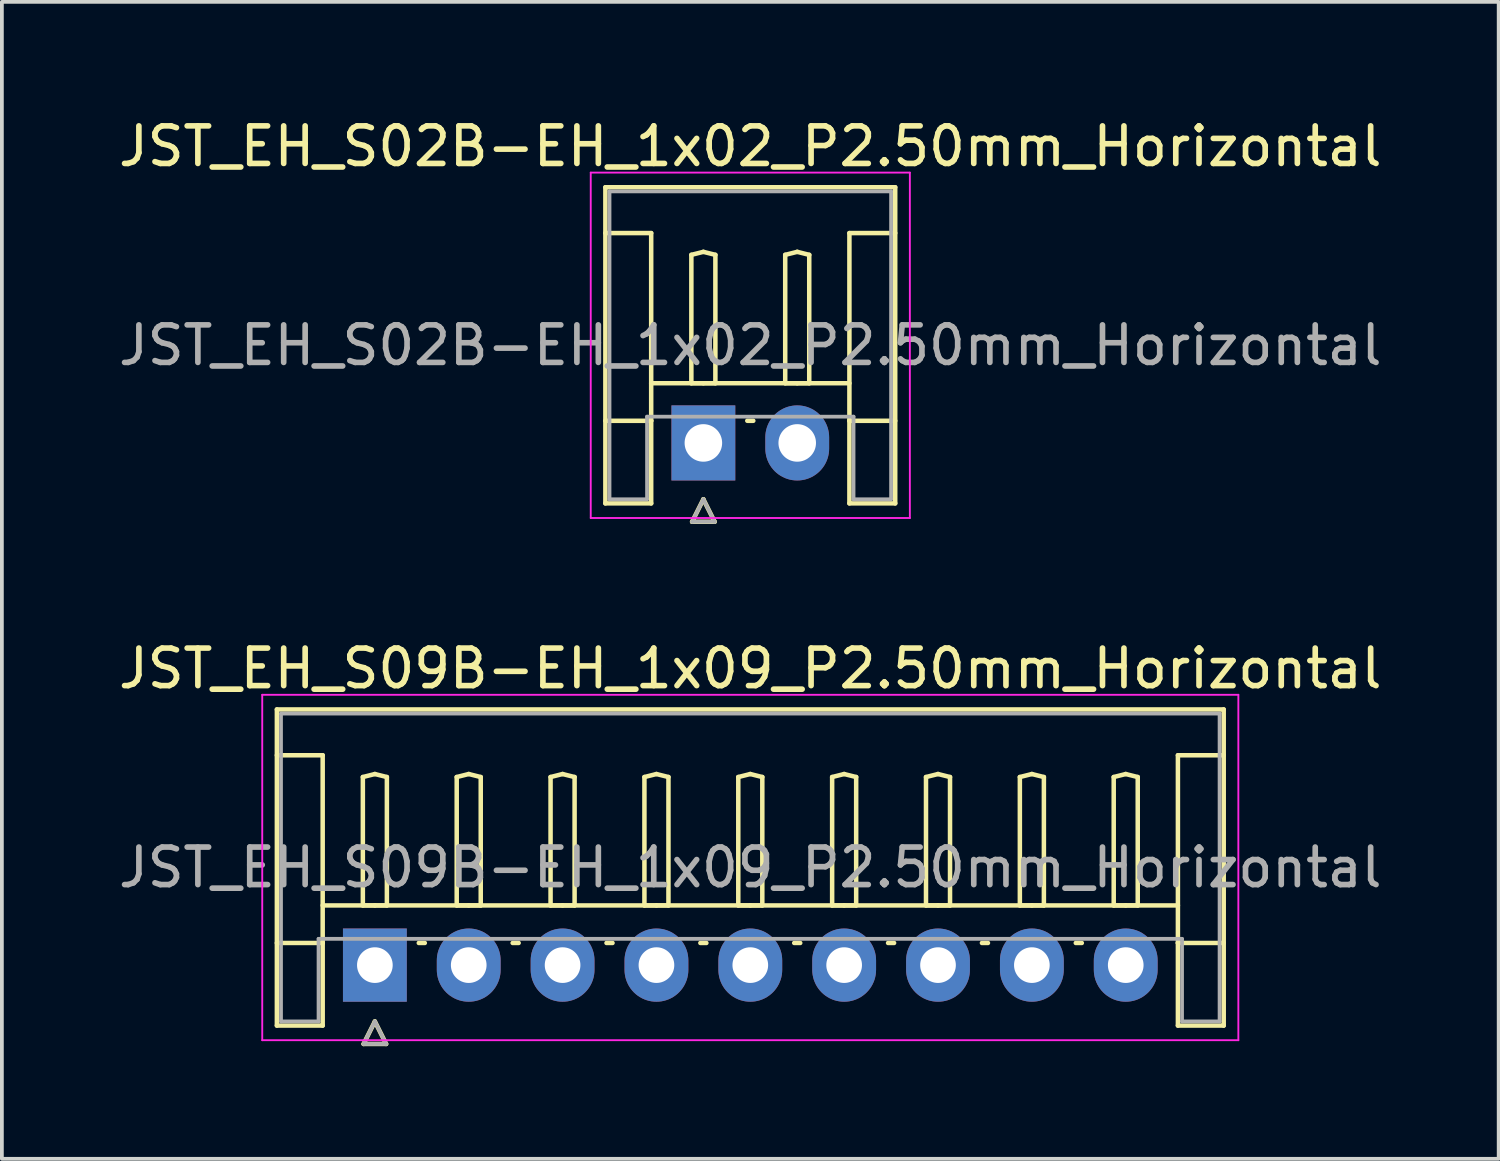
<source format=kicad_pcb>
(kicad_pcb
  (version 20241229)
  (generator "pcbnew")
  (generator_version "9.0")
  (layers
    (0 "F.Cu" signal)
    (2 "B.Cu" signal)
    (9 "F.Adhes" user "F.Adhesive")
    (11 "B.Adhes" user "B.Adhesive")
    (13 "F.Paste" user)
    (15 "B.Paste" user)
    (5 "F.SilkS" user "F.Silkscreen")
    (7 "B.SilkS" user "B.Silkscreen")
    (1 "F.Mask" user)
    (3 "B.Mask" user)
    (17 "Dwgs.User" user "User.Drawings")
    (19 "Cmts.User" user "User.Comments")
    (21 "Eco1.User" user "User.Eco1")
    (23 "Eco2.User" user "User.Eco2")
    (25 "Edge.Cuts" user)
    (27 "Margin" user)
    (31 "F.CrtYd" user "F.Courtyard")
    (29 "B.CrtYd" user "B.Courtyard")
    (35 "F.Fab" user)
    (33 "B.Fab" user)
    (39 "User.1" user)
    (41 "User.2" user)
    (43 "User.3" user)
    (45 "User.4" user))
  (footprint "JST_EH_S02B-EH_1x02_P2.50mm_Horizontal"
    (layer "F.Cu")
    (at 15.685 8.748)
    (property "Reference" "JST_EH_S02B-EH_1x02_P2.50mm_Horizontal" (at 1.25 -7.9 0) (layer "F.SilkS") (effects (font (size 1 1) (thickness 0.15))))
    (attr through_hole)
    (fp_line (start -2.61 -6.81) (end 5.11 -6.81) (stroke (width 0.12) (type solid)) (layer "F.SilkS"))
    (fp_line (start -2.61 -5.59) (end -1.39 -5.59) (stroke (width 0.12) (type solid)) (layer "F.SilkS"))
    (fp_line (start -2.61 1.61) (end -2.61 -6.81) (stroke (width 0.12) (type solid)) (layer "F.SilkS"))
    (fp_line (start -1.39 -5.59) (end -1.39 -0.59) (stroke (width 0.12) (type solid)) (layer "F.SilkS"))
    (fp_line (start -1.39 -1.59) (end 3.89 -1.59) (stroke (width 0.12) (type solid)) (layer "F.SilkS"))
    (fp_line (start -1.39 -0.59) (end -2.61 -0.59) (stroke (width 0.12) (type solid)) (layer "F.SilkS"))
    (fp_line (start -1.39 -0.59) (end -1.39 1.61) (stroke (width 0.12) (type solid)) (layer "F.SilkS"))
    (fp_line (start -1.39 1.61) (end -2.61 1.61) (stroke (width 0.12) (type solid)) (layer "F.SilkS"))
    (fp_line (start -0.32 -5.01) (end 0 -5.09) (stroke (width 0.12) (type solid)) (layer "F.SilkS"))
    (fp_line (start -0.32 -1.59) (end -0.32 -5.01) (stroke (width 0.12) (type solid)) (layer "F.SilkS"))
    (fp_line (start -0.3 2.1) (end 0.3 2.1) (stroke (width 0.12) (type solid)) (layer "F.SilkS"))
    (fp_line (start 0 -5.09) (end 0.32 -5.01) (stroke (width 0.12) (type solid)) (layer "F.SilkS"))
    (fp_line (start 0 -1.59) (end -0.32 -1.59) (stroke (width 0.12) (type solid)) (layer "F.SilkS"))
    (fp_line (start 0 1.5) (end -0.3 2.1) (stroke (width 0.12) (type solid)) (layer "F.SilkS"))
    (fp_line (start 0.3 2.1) (end 0 1.5) (stroke (width 0.12) (type solid)) (layer "F.SilkS"))
    (fp_line (start 0.32 -5.01) (end 0.32 -1.59) (stroke (width 0.12) (type solid)) (layer "F.SilkS"))
    (fp_line (start 0.32 -1.59) (end 0 -1.59) (stroke (width 0.12) (type solid)) (layer "F.SilkS"))
    (fp_line (start 1.17 -0.59) (end 1.33 -0.59) (stroke (width 0.12) (type solid)) (layer "F.SilkS"))
    (fp_line (start 2.18 -5.01) (end 2.5 -5.09) (stroke (width 0.12) (type solid)) (layer "F.SilkS"))
    (fp_line (start 2.18 -1.59) (end 2.18 -5.01) (stroke (width 0.12) (type solid)) (layer "F.SilkS"))
    (fp_line (start 2.5 -5.09) (end 2.82 -5.01) (stroke (width 0.12) (type solid)) (layer "F.SilkS"))
    (fp_line (start 2.5 -1.59) (end 2.18 -1.59) (stroke (width 0.12) (type solid)) (layer "F.SilkS"))
    (fp_line (start 2.82 -5.01) (end 2.82 -1.59) (stroke (width 0.12) (type solid)) (layer "F.SilkS"))
    (fp_line (start 2.82 -1.59) (end 2.5 -1.59) (stroke (width 0.12) (type solid)) (layer "F.SilkS"))
    (fp_line (start 3.89 -5.59) (end 3.89 -0.59) (stroke (width 0.12) (type solid)) (layer "F.SilkS"))
    (fp_line (start 3.89 -0.59) (end 5.11 -0.59) (stroke (width 0.12) (type solid)) (layer "F.SilkS"))
    (fp_line (start 3.89 1.61) (end 3.89 -0.59) (stroke (width 0.12) (type solid)) (layer "F.SilkS"))
    (fp_line (start 5.11 -6.81) (end 5.11 1.61) (stroke (width 0.12) (type solid)) (layer "F.SilkS"))
    (fp_line (start 5.11 -5.59) (end 3.89 -5.59) (stroke (width 0.12) (type solid)) (layer "F.SilkS"))
    (fp_line (start 5.11 1.61) (end 3.89 1.61) (stroke (width 0.12) (type solid)) (layer "F.SilkS"))
    (fp_line (start -3 -7.2) (end -3 2) (stroke (width 0.05) (type solid)) (layer "F.CrtYd"))
    (fp_line (start -3 2) (end 5.5 2) (stroke (width 0.05) (type solid)) (layer "F.CrtYd"))
    (fp_line (start 5.5 -7.2) (end -3 -7.2) (stroke (width 0.05) (type solid)) (layer "F.CrtYd"))
    (fp_line (start 5.5 2) (end 5.5 -7.2) (stroke (width 0.05) (type solid)) (layer "F.CrtYd"))
    (fp_line (start -2.5 -6.7) (end 5 -6.7) (stroke (width 0.1) (type solid)) (layer "F.Fab"))
    (fp_line (start -2.5 1.5) (end -2.5 -6.7) (stroke (width 0.1) (type solid)) (layer "F.Fab"))
    (fp_line (start -1.5 -0.7) (end -1.5 1.5) (stroke (width 0.1) (type solid)) (layer "F.Fab"))
    (fp_line (start -1.5 1.5) (end -2.5 1.5) (stroke (width 0.1) (type solid)) (layer "F.Fab"))
    (fp_line (start -0.3 2.1) (end 0.3 2.1) (stroke (width 0.1) (type solid)) (layer "F.Fab"))
    (fp_line (start 0 1.5) (end -0.3 2.1) (stroke (width 0.1) (type solid)) (layer "F.Fab"))
    (fp_line (start 0.3 2.1) (end 0 1.5) (stroke (width 0.1) (type solid)) (layer "F.Fab"))
    (fp_line (start 4 -0.7) (end -1.5 -0.7) (stroke (width 0.1) (type solid)) (layer "F.Fab"))
    (fp_line (start 4 1.5) (end 4 -0.7) (stroke (width 0.1) (type solid)) (layer "F.Fab"))
    (fp_line (start 5 -6.7) (end 5 1.5) (stroke (width 0.1) (type solid)) (layer "F.Fab"))
    (fp_line (start 5 1.5) (end 4 1.5) (stroke (width 0.1) (type solid)) (layer "F.Fab"))
    (fp_text user "${REFERENCE}" (at 1.25 -2.6 0) (layer "F.Fab") (effects (font (size 1 1) (thickness 0.15))))
    (pad "1" thru_hole rect (at 0 0) (size 1.7 2) (drill 1) (layers "*.Cu" "*.Mask"))
    (pad "2" thru_hole oval (at 2.5 0) (size 1.7 2) (drill 1) (layers "*.Cu" "*.Mask")))
  (footprint "JST_EH_S09B-EH_1x09_P2.50mm_Horizontal"
    (layer "F.Cu")
    (at 6.935 22.657)
    (property "Reference" "JST_EH_S09B-EH_1x09_P2.50mm_Horizontal" (at 10 -7.9 0) (layer "F.SilkS") (effects (font (size 1 1) (thickness 0.15))))
    (attr through_hole)
    (fp_line (start -2.61 -6.81) (end 22.61 -6.81) (stroke (width 0.12) (type solid)) (layer "F.SilkS"))
    (fp_line (start -2.61 -5.59) (end -1.39 -5.59) (stroke (width 0.12) (type solid)) (layer "F.SilkS"))
    (fp_line (start -2.61 1.61) (end -2.61 -6.81) (stroke (width 0.12) (type solid)) (layer "F.SilkS"))
    (fp_line (start -1.39 -5.59) (end -1.39 -0.59) (stroke (width 0.12) (type solid)) (layer "F.SilkS"))
    (fp_line (start -1.39 -1.59) (end 21.39 -1.59) (stroke (width 0.12) (type solid)) (layer "F.SilkS"))
    (fp_line (start -1.39 -0.59) (end -2.61 -0.59) (stroke (width 0.12) (type solid)) (layer "F.SilkS"))
    (fp_line (start -1.39 -0.59) (end -1.39 1.61) (stroke (width 0.12) (type solid)) (layer "F.SilkS"))
    (fp_line (start -1.39 1.61) (end -2.61 1.61) (stroke (width 0.12) (type solid)) (layer "F.SilkS"))
    (fp_line (start -0.32 -5.01) (end 0 -5.09) (stroke (width 0.12) (type solid)) (layer "F.SilkS"))
    (fp_line (start -0.32 -1.59) (end -0.32 -5.01) (stroke (width 0.12) (type solid)) (layer "F.SilkS"))
    (fp_line (start -0.3 2.1) (end 0.3 2.1) (stroke (width 0.12) (type solid)) (layer "F.SilkS"))
    (fp_line (start 0 -5.09) (end 0.32 -5.01) (stroke (width 0.12) (type solid)) (layer "F.SilkS"))
    (fp_line (start 0 -1.59) (end -0.32 -1.59) (stroke (width 0.12) (type solid)) (layer "F.SilkS"))
    (fp_line (start 0 1.5) (end -0.3 2.1) (stroke (width 0.12) (type solid)) (layer "F.SilkS"))
    (fp_line (start 0.3 2.1) (end 0 1.5) (stroke (width 0.12) (type solid)) (layer "F.SilkS"))
    (fp_line (start 0.32 -5.01) (end 0.32 -1.59) (stroke (width 0.12) (type solid)) (layer "F.SilkS"))
    (fp_line (start 0.32 -1.59) (end 0 -1.59) (stroke (width 0.12) (type solid)) (layer "F.SilkS"))
    (fp_line (start 1.17 -0.59) (end 1.33 -0.59) (stroke (width 0.12) (type solid)) (layer "F.SilkS"))
    (fp_line (start 2.18 -5.01) (end 2.5 -5.09) (stroke (width 0.12) (type solid)) (layer "F.SilkS"))
    (fp_line (start 2.18 -1.59) (end 2.18 -5.01) (stroke (width 0.12) (type solid)) (layer "F.SilkS"))
    (fp_line (start 2.5 -5.09) (end 2.82 -5.01) (stroke (width 0.12) (type solid)) (layer "F.SilkS"))
    (fp_line (start 2.5 -1.59) (end 2.18 -1.59) (stroke (width 0.12) (type solid)) (layer "F.SilkS"))
    (fp_line (start 2.82 -5.01) (end 2.82 -1.59) (stroke (width 0.12) (type solid)) (layer "F.SilkS"))
    (fp_line (start 2.82 -1.59) (end 2.5 -1.59) (stroke (width 0.12) (type solid)) (layer "F.SilkS"))
    (fp_line (start 3.67 -0.59) (end 3.83 -0.59) (stroke (width 0.12) (type solid)) (layer "F.SilkS"))
    (fp_line (start 4.68 -5.01) (end 5 -5.09) (stroke (width 0.12) (type solid)) (layer "F.SilkS"))
    (fp_line (start 4.68 -1.59) (end 4.68 -5.01) (stroke (width 0.12) (type solid)) (layer "F.SilkS"))
    (fp_line (start 5 -5.09) (end 5.32 -5.01) (stroke (width 0.12) (type solid)) (layer "F.SilkS"))
    (fp_line (start 5 -1.59) (end 4.68 -1.59) (stroke (width 0.12) (type solid)) (layer "F.SilkS"))
    (fp_line (start 5.32 -5.01) (end 5.32 -1.59) (stroke (width 0.12) (type solid)) (layer "F.SilkS"))
    (fp_line (start 5.32 -1.59) (end 5 -1.59) (stroke (width 0.12) (type solid)) (layer "F.SilkS"))
    (fp_line (start 6.17 -0.59) (end 6.33 -0.59) (stroke (width 0.12) (type solid)) (layer "F.SilkS"))
    (fp_line (start 7.18 -5.01) (end 7.5 -5.09) (stroke (width 0.12) (type solid)) (layer "F.SilkS"))
    (fp_line (start 7.18 -1.59) (end 7.18 -5.01) (stroke (width 0.12) (type solid)) (layer "F.SilkS"))
    (fp_line (start 7.5 -5.09) (end 7.82 -5.01) (stroke (width 0.12) (type solid)) (layer "F.SilkS"))
    (fp_line (start 7.5 -1.59) (end 7.18 -1.59) (stroke (width 0.12) (type solid)) (layer "F.SilkS"))
    (fp_line (start 7.82 -5.01) (end 7.82 -1.59) (stroke (width 0.12) (type solid)) (layer "F.SilkS"))
    (fp_line (start 7.82 -1.59) (end 7.5 -1.59) (stroke (width 0.12) (type solid)) (layer "F.SilkS"))
    (fp_line (start 8.67 -0.59) (end 8.83 -0.59) (stroke (width 0.12) (type solid)) (layer "F.SilkS"))
    (fp_line (start 9.68 -5.01) (end 10 -5.09) (stroke (width 0.12) (type solid)) (layer "F.SilkS"))
    (fp_line (start 9.68 -1.59) (end 9.68 -5.01) (stroke (width 0.12) (type solid)) (layer "F.SilkS"))
    (fp_line (start 10 -5.09) (end 10.32 -5.01) (stroke (width 0.12) (type solid)) (layer "F.SilkS"))
    (fp_line (start 10 -1.59) (end 9.68 -1.59) (stroke (width 0.12) (type solid)) (layer "F.SilkS"))
    (fp_line (start 10.32 -5.01) (end 10.32 -1.59) (stroke (width 0.12) (type solid)) (layer "F.SilkS"))
    (fp_line (start 10.32 -1.59) (end 10 -1.59) (stroke (width 0.12) (type solid)) (layer "F.SilkS"))
    (fp_line (start 11.17 -0.59) (end 11.33 -0.59) (stroke (width 0.12) (type solid)) (layer "F.SilkS"))
    (fp_line (start 12.18 -5.01) (end 12.5 -5.09) (stroke (width 0.12) (type solid)) (layer "F.SilkS"))
    (fp_line (start 12.18 -1.59) (end 12.18 -5.01) (stroke (width 0.12) (type solid)) (layer "F.SilkS"))
    (fp_line (start 12.5 -5.09) (end 12.82 -5.01) (stroke (width 0.12) (type solid)) (layer "F.SilkS"))
    (fp_line (start 12.5 -1.59) (end 12.18 -1.59) (stroke (width 0.12) (type solid)) (layer "F.SilkS"))
    (fp_line (start 12.82 -5.01) (end 12.82 -1.59) (stroke (width 0.12) (type solid)) (layer "F.SilkS"))
    (fp_line (start 12.82 -1.59) (end 12.5 -1.59) (stroke (width 0.12) (type solid)) (layer "F.SilkS"))
    (fp_line (start 13.67 -0.59) (end 13.83 -0.59) (stroke (width 0.12) (type solid)) (layer "F.SilkS"))
    (fp_line (start 14.68 -5.01) (end 15 -5.09) (stroke (width 0.12) (type solid)) (layer "F.SilkS"))
    (fp_line (start 14.68 -1.59) (end 14.68 -5.01) (stroke (width 0.12) (type solid)) (layer "F.SilkS"))
    (fp_line (start 15 -5.09) (end 15.32 -5.01) (stroke (width 0.12) (type solid)) (layer "F.SilkS"))
    (fp_line (start 15 -1.59) (end 14.68 -1.59) (stroke (width 0.12) (type solid)) (layer "F.SilkS"))
    (fp_line (start 15.32 -5.01) (end 15.32 -1.59) (stroke (width 0.12) (type solid)) (layer "F.SilkS"))
    (fp_line (start 15.32 -1.59) (end 15 -1.59) (stroke (width 0.12) (type solid)) (layer "F.SilkS"))
    (fp_line (start 16.17 -0.59) (end 16.33 -0.59) (stroke (width 0.12) (type solid)) (layer "F.SilkS"))
    (fp_line (start 17.18 -5.01) (end 17.5 -5.09) (stroke (width 0.12) (type solid)) (layer "F.SilkS"))
    (fp_line (start 17.18 -1.59) (end 17.18 -5.01) (stroke (width 0.12) (type solid)) (layer "F.SilkS"))
    (fp_line (start 17.5 -5.09) (end 17.82 -5.01) (stroke (width 0.12) (type solid)) (layer "F.SilkS"))
    (fp_line (start 17.5 -1.59) (end 17.18 -1.59) (stroke (width 0.12) (type solid)) (layer "F.SilkS"))
    (fp_line (start 17.82 -5.01) (end 17.82 -1.59) (stroke (width 0.12) (type solid)) (layer "F.SilkS"))
    (fp_line (start 17.82 -1.59) (end 17.5 -1.59) (stroke (width 0.12) (type solid)) (layer "F.SilkS"))
    (fp_line (start 18.67 -0.59) (end 18.83 -0.59) (stroke (width 0.12) (type solid)) (layer "F.SilkS"))
    (fp_line (start 19.68 -5.01) (end 20 -5.09) (stroke (width 0.12) (type solid)) (layer "F.SilkS"))
    (fp_line (start 19.68 -1.59) (end 19.68 -5.01) (stroke (width 0.12) (type solid)) (layer "F.SilkS"))
    (fp_line (start 20 -5.09) (end 20.32 -5.01) (stroke (width 0.12) (type solid)) (layer "F.SilkS"))
    (fp_line (start 20 -1.59) (end 19.68 -1.59) (stroke (width 0.12) (type solid)) (layer "F.SilkS"))
    (fp_line (start 20.32 -5.01) (end 20.32 -1.59) (stroke (width 0.12) (type solid)) (layer "F.SilkS"))
    (fp_line (start 20.32 -1.59) (end 20 -1.59) (stroke (width 0.12) (type solid)) (layer "F.SilkS"))
    (fp_line (start 21.39 -5.59) (end 21.39 -0.59) (stroke (width 0.12) (type solid)) (layer "F.SilkS"))
    (fp_line (start 21.39 -0.59) (end 22.61 -0.59) (stroke (width 0.12) (type solid)) (layer "F.SilkS"))
    (fp_line (start 21.39 1.61) (end 21.39 -0.59) (stroke (width 0.12) (type solid)) (layer "F.SilkS"))
    (fp_line (start 22.61 -6.81) (end 22.61 1.61) (stroke (width 0.12) (type solid)) (layer "F.SilkS"))
    (fp_line (start 22.61 -5.59) (end 21.39 -5.59) (stroke (width 0.12) (type solid)) (layer "F.SilkS"))
    (fp_line (start 22.61 1.61) (end 21.39 1.61) (stroke (width 0.12) (type solid)) (layer "F.SilkS"))
    (fp_line (start -3 -7.2) (end -3 2) (stroke (width 0.05) (type solid)) (layer "F.CrtYd"))
    (fp_line (start -3 2) (end 23 2) (stroke (width 0.05) (type solid)) (layer "F.CrtYd"))
    (fp_line (start 23 -7.2) (end -3 -7.2) (stroke (width 0.05) (type solid)) (layer "F.CrtYd"))
    (fp_line (start 23 2) (end 23 -7.2) (stroke (width 0.05) (type solid)) (layer "F.CrtYd"))
    (fp_line (start -2.5 -6.7) (end 22.5 -6.7) (stroke (width 0.1) (type solid)) (layer "F.Fab"))
    (fp_line (start -2.5 1.5) (end -2.5 -6.7) (stroke (width 0.1) (type solid)) (layer "F.Fab"))
    (fp_line (start -1.5 -0.7) (end -1.5 1.5) (stroke (width 0.1) (type solid)) (layer "F.Fab"))
    (fp_line (start -1.5 1.5) (end -2.5 1.5) (stroke (width 0.1) (type solid)) (layer "F.Fab"))
    (fp_line (start -0.3 2.1) (end 0.3 2.1) (stroke (width 0.1) (type solid)) (layer "F.Fab"))
    (fp_line (start 0 1.5) (end -0.3 2.1) (stroke (width 0.1) (type solid)) (layer "F.Fab"))
    (fp_line (start 0.3 2.1) (end 0 1.5) (stroke (width 0.1) (type solid)) (layer "F.Fab"))
    (fp_line (start 21.5 -0.7) (end -1.5 -0.7) (stroke (width 0.1) (type solid)) (layer "F.Fab"))
    (fp_line (start 21.5 1.5) (end 21.5 -0.7) (stroke (width 0.1) (type solid)) (layer "F.Fab"))
    (fp_line (start 22.5 -6.7) (end 22.5 1.5) (stroke (width 0.1) (type solid)) (layer "F.Fab"))
    (fp_line (start 22.5 1.5) (end 21.5 1.5) (stroke (width 0.1) (type solid)) (layer "F.Fab"))
    (fp_text user "${REFERENCE}" (at 10 -2.6 0) (layer "F.Fab") (effects (font (size 1 1) (thickness 0.15))))
    (pad "1" thru_hole rect (at 0 0) (size 1.7 1.95) (drill 0.95) (layers "*.Cu" "*.Mask"))
    (pad "2" thru_hole oval (at 2.5 0) (size 1.7 1.95) (drill 0.95) (layers "*.Cu" "*.Mask"))
    (pad "3" thru_hole oval (at 5 0) (size 1.7 1.95) (drill 0.95) (layers "*.Cu" "*.Mask"))
    (pad "4" thru_hole oval (at 7.5 0) (size 1.7 1.95) (drill 0.95) (layers "*.Cu" "*.Mask"))
    (pad "5" thru_hole oval (at 10 0) (size 1.7 1.95) (drill 0.95) (layers "*.Cu" "*.Mask"))
    (pad "6" thru_hole oval (at 12.5 0) (size 1.7 1.95) (drill 0.95) (layers "*.Cu" "*.Mask"))
    (pad "7" thru_hole oval (at 15 0) (size 1.7 1.95) (drill 0.95) (layers "*.Cu" "*.Mask"))
    (pad "8" thru_hole oval (at 17.5 0) (size 1.7 1.95) (drill 0.95) (layers "*.Cu" "*.Mask"))
    (pad "9" thru_hole oval (at 20 0) (size 1.7 1.95) (drill 0.95) (layers "*.Cu" "*.Mask")))
  (gr_rect
    (start -3 -3)
    (end 36.869 27.817)
    (stroke (width 0.1) (type default))
    (fill no)
    (layer "Edge.Cuts")))
</source>
